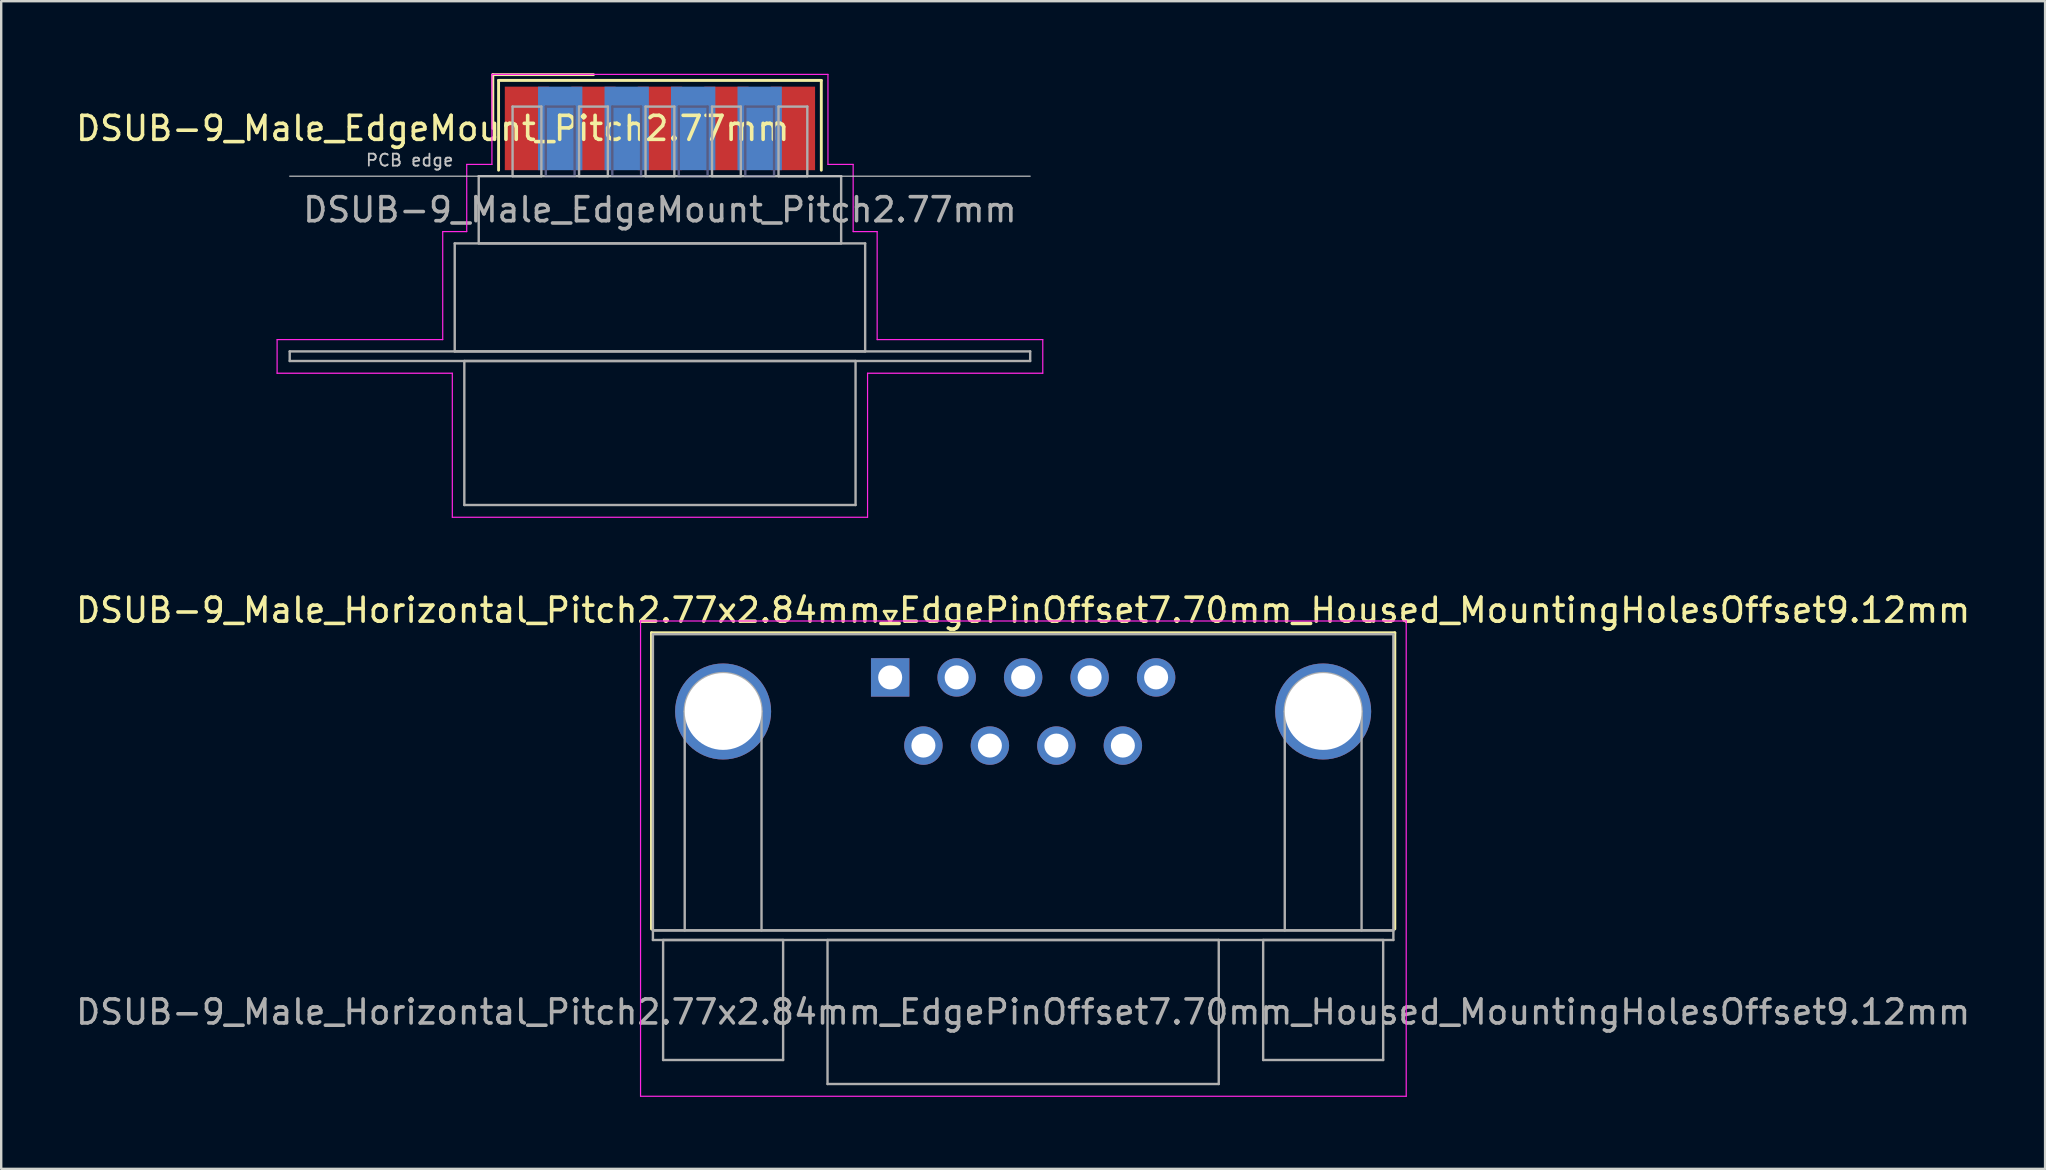
<source format=kicad_pcb>
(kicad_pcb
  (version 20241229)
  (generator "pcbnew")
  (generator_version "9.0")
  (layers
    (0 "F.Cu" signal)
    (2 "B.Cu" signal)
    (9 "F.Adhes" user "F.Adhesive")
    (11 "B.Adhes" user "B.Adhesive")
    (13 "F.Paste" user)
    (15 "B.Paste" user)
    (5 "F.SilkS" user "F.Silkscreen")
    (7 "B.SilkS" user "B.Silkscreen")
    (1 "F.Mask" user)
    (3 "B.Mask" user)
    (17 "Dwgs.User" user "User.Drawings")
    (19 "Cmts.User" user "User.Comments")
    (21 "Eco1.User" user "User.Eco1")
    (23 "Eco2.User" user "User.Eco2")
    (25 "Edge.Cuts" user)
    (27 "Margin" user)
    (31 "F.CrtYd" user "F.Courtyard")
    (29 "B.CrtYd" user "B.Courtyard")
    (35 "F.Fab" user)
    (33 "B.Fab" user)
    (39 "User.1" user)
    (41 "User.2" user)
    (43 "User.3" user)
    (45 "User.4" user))
  (footprint "DSUB-9_Male_EdgeMount_Pitch2.77mm"
    (layer "F.Cu")
    (at 24.445 2.3)
    (property "Reference" "DSUB-9_Male_EdgeMount_Pitch2.77mm" (at -9.463 0 0) (layer "F.SilkS") (effects (font (size 1 1) (thickness 0.15))))
    (attr smd)
    (fp_line (start -6.963 -2.24) (end -2.77 -2.24) (stroke (width 0.12) (type solid)) (layer "F.SilkS"))
    (fp_line (start -6.963 0) (end -6.963 -2.24) (stroke (width 0.12) (type solid)) (layer "F.SilkS"))
    (fp_line (start -6.723 -2) (end -6.723 1.74) (stroke (width 0.12) (type solid)) (layer "F.SilkS"))
    (fp_line (start 6.723 -2) (end -6.723 -2) (stroke (width 0.12) (type solid)) (layer "F.SilkS"))
    (fp_line (start 6.723 1.74) (end 6.723 -2) (stroke (width 0.12) (type solid)) (layer "F.SilkS"))
    (fp_line (start -15.425 1.99) (end 15.425 1.99) (stroke (width 0.05) (type solid)) (layer "Dwgs.User"))
    (fp_line (start -15.95 8.8) (end -9.05 8.8) (stroke (width 0.05) (type solid)) (layer "F.CrtYd"))
    (fp_line (start -15.95 10.2) (end -15.95 8.8) (stroke (width 0.05) (type solid)) (layer "F.CrtYd"))
    (fp_line (start -9.05 4.3) (end -8.05 4.3) (stroke (width 0.05) (type solid)) (layer "F.CrtYd"))
    (fp_line (start -9.05 8.8) (end -9.05 4.3) (stroke (width 0.05) (type solid)) (layer "F.CrtYd"))
    (fp_line (start -8.65 10.2) (end -15.95 10.2) (stroke (width 0.05) (type solid)) (layer "F.CrtYd"))
    (fp_line (start -8.65 16.2) (end -8.65 10.2) (stroke (width 0.05) (type solid)) (layer "F.CrtYd"))
    (fp_line (start -8.05 1.5) (end -7 1.5) (stroke (width 0.05) (type solid)) (layer "F.CrtYd"))
    (fp_line (start -8.05 4.3) (end -8.05 1.5) (stroke (width 0.05) (type solid)) (layer "F.CrtYd"))
    (fp_line (start -7 -2.25) (end 7 -2.25) (stroke (width 0.05) (type solid)) (layer "F.CrtYd"))
    (fp_line (start -7 1.5) (end -7 -2.25) (stroke (width 0.05) (type solid)) (layer "F.CrtYd"))
    (fp_line (start 7 -2.25) (end 7 1.5) (stroke (width 0.05) (type solid)) (layer "F.CrtYd"))
    (fp_line (start 7 1.5) (end 8.05 1.5) (stroke (width 0.05) (type solid)) (layer "F.CrtYd"))
    (fp_line (start 8.05 1.5) (end 8.05 4.3) (stroke (width 0.05) (type solid)) (layer "F.CrtYd"))
    (fp_line (start 8.05 4.3) (end 9.05 4.3) (stroke (width 0.05) (type solid)) (layer "F.CrtYd"))
    (fp_line (start 8.65 10.2) (end 8.65 16.2) (stroke (width 0.05) (type solid)) (layer "F.CrtYd"))
    (fp_line (start 8.65 16.2) (end -8.65 16.2) (stroke (width 0.05) (type solid)) (layer "F.CrtYd"))
    (fp_line (start 9.05 4.3) (end 9.05 8.8) (stroke (width 0.05) (type solid)) (layer "F.CrtYd"))
    (fp_line (start 9.05 8.8) (end 15.95 8.8) (stroke (width 0.05) (type solid)) (layer "F.CrtYd"))
    (fp_line (start 15.95 8.8) (end 15.95 10.2) (stroke (width 0.05) (type solid)) (layer "F.CrtYd"))
    (fp_line (start 15.95 10.2) (end 8.65 10.2) (stroke (width 0.05) (type solid)) (layer "F.CrtYd"))
    (fp_line (start -4.755 -0.91) (end -4.755 1.99) (stroke (width 0.1) (type solid)) (layer "B.Fab"))
    (fp_line (start -4.755 1.99) (end -3.555 1.99) (stroke (width 0.1) (type solid)) (layer "B.Fab"))
    (fp_line (start -3.555 -0.91) (end -4.755 -0.91) (stroke (width 0.1) (type solid)) (layer "B.Fab"))
    (fp_line (start -3.555 1.99) (end -3.555 -0.91) (stroke (width 0.1) (type solid)) (layer "B.Fab"))
    (fp_line (start -1.985 -0.91) (end -1.985 1.99) (stroke (width 0.1) (type solid)) (layer "B.Fab"))
    (fp_line (start -1.985 1.99) (end -0.785 1.99) (stroke (width 0.1) (type solid)) (layer "B.Fab"))
    (fp_line (start -0.785 -0.91) (end -1.985 -0.91) (stroke (width 0.1) (type solid)) (layer "B.Fab"))
    (fp_line (start -0.785 1.99) (end -0.785 -0.91) (stroke (width 0.1) (type solid)) (layer "B.Fab"))
    (fp_line (start 0.785 -0.91) (end 0.785 1.99) (stroke (width 0.1) (type solid)) (layer "B.Fab"))
    (fp_line (start 0.785 1.99) (end 1.985 1.99) (stroke (width 0.1) (type solid)) (layer "B.Fab"))
    (fp_line (start 1.985 -0.91) (end 0.785 -0.91) (stroke (width 0.1) (type solid)) (layer "B.Fab"))
    (fp_line (start 1.985 1.99) (end 1.985 -0.91) (stroke (width 0.1) (type solid)) (layer "B.Fab"))
    (fp_line (start 3.555 -0.91) (end 3.555 1.99) (stroke (width 0.1) (type solid)) (layer "B.Fab"))
    (fp_line (start 3.555 1.99) (end 4.755 1.99) (stroke (width 0.1) (type solid)) (layer "B.Fab"))
    (fp_line (start 4.755 -0.91) (end 3.555 -0.91) (stroke (width 0.1) (type solid)) (layer "B.Fab"))
    (fp_line (start 4.755 1.99) (end 4.755 -0.91) (stroke (width 0.1) (type solid)) (layer "B.Fab"))
    (fp_line (start -15.425 9.29) (end -15.425 9.69) (stroke (width 0.1) (type solid)) (layer "F.Fab"))
    (fp_line (start -15.425 9.69) (end 15.425 9.69) (stroke (width 0.1) (type solid)) (layer "F.Fab"))
    (fp_line (start -8.55 4.79) (end -8.55 9.29) (stroke (width 0.1) (type solid)) (layer "F.Fab"))
    (fp_line (start -8.55 9.29) (end 8.55 9.29) (stroke (width 0.1) (type solid)) (layer "F.Fab"))
    (fp_line (start -8.15 9.69) (end -8.15 15.69) (stroke (width 0.1) (type solid)) (layer "F.Fab"))
    (fp_line (start -8.15 15.69) (end 8.15 15.69) (stroke (width 0.1) (type solid)) (layer "F.Fab"))
    (fp_line (start -7.55 1.99) (end -7.55 4.79) (stroke (width 0.1) (type solid)) (layer "F.Fab"))
    (fp_line (start -7.55 4.79) (end 7.55 4.79) (stroke (width 0.1) (type solid)) (layer "F.Fab"))
    (fp_line (start -6.14 -0.91) (end -6.14 1.99) (stroke (width 0.1) (type solid)) (layer "F.Fab"))
    (fp_line (start -6.14 1.99) (end -4.94 1.99) (stroke (width 0.1) (type solid)) (layer "F.Fab"))
    (fp_line (start -4.94 -0.91) (end -6.14 -0.91) (stroke (width 0.1) (type solid)) (layer "F.Fab"))
    (fp_line (start -4.94 1.99) (end -4.94 -0.91) (stroke (width 0.1) (type solid)) (layer "F.Fab"))
    (fp_line (start -3.37 -0.91) (end -3.37 1.99) (stroke (width 0.1) (type solid)) (layer "F.Fab"))
    (fp_line (start -3.37 1.99) (end -2.17 1.99) (stroke (width 0.1) (type solid)) (layer "F.Fab"))
    (fp_line (start -2.17 -0.91) (end -3.37 -0.91) (stroke (width 0.1) (type solid)) (layer "F.Fab"))
    (fp_line (start -2.17 1.99) (end -2.17 -0.91) (stroke (width 0.1) (type solid)) (layer "F.Fab"))
    (fp_line (start -0.6 -0.91) (end -0.6 1.99) (stroke (width 0.1) (type solid)) (layer "F.Fab"))
    (fp_line (start -0.6 1.99) (end 0.6 1.99) (stroke (width 0.1) (type solid)) (layer "F.Fab"))
    (fp_line (start 0.6 -0.91) (end -0.6 -0.91) (stroke (width 0.1) (type solid)) (layer "F.Fab"))
    (fp_line (start 0.6 1.99) (end 0.6 -0.91) (stroke (width 0.1) (type solid)) (layer "F.Fab"))
    (fp_line (start 2.17 -0.91) (end 2.17 1.99) (stroke (width 0.1) (type solid)) (layer "F.Fab"))
    (fp_line (start 2.17 1.99) (end 3.37 1.99) (stroke (width 0.1) (type solid)) (layer "F.Fab"))
    (fp_line (start 3.37 -0.91) (end 2.17 -0.91) (stroke (width 0.1) (type solid)) (layer "F.Fab"))
    (fp_line (start 3.37 1.99) (end 3.37 -0.91) (stroke (width 0.1) (type solid)) (layer "F.Fab"))
    (fp_line (start 4.94 -0.91) (end 4.94 1.99) (stroke (width 0.1) (type solid)) (layer "F.Fab"))
    (fp_line (start 4.94 1.99) (end 6.14 1.99) (stroke (width 0.1) (type solid)) (layer "F.Fab"))
    (fp_line (start 6.14 -0.91) (end 4.94 -0.91) (stroke (width 0.1) (type solid)) (layer "F.Fab"))
    (fp_line (start 6.14 1.99) (end 6.14 -0.91) (stroke (width 0.1) (type solid)) (layer "F.Fab"))
    (fp_line (start 7.55 1.99) (end -7.55 1.99) (stroke (width 0.1) (type solid)) (layer "F.Fab"))
    (fp_line (start 7.55 4.79) (end 7.55 1.99) (stroke (width 0.1) (type solid)) (layer "F.Fab"))
    (fp_line (start 8.15 9.69) (end -8.15 9.69) (stroke (width 0.1) (type solid)) (layer "F.Fab"))
    (fp_line (start 8.15 15.69) (end 8.15 9.69) (stroke (width 0.1) (type solid)) (layer "F.Fab"))
    (fp_line (start 8.55 4.79) (end -8.55 4.79) (stroke (width 0.1) (type solid)) (layer "F.Fab"))
    (fp_line (start 8.55 9.29) (end 8.55 4.79) (stroke (width 0.1) (type solid)) (layer "F.Fab"))
    (fp_line (start 15.425 9.29) (end -15.425 9.29) (stroke (width 0.1) (type solid)) (layer "F.Fab"))
    (fp_line (start 15.425 9.69) (end 15.425 9.29) (stroke (width 0.1) (type solid)) (layer "F.Fab"))
    (fp_text user "PCB edge" (at -10.425 1.323 0) (layer "Dwgs.User") (effects (font (size 0.5 0.5) (thickness 0.075))))
    (fp_text user "${REFERENCE}" (at 0 3.39 0) (layer "F.Fab") (effects (font (size 1 1) (thickness 0.15))))
    (pad "1" smd rect (at -5.54 0) (size 1.847 3.48) (layers "F.Cu" "F.Mask" "F.Paste"))
    (pad "2" smd rect (at -2.77 0) (size 1.847 3.48) (layers "F.Cu" "F.Mask" "F.Paste"))
    (pad "3" smd rect (at 0 0) (size 1.847 3.48) (layers "F.Cu" "F.Mask" "F.Paste"))
    (pad "4" smd rect (at 2.77 0) (size 1.847 3.48) (layers "F.Cu" "F.Mask" "F.Paste"))
    (pad "5" smd rect (at 5.54 0) (size 1.847 3.48) (layers "F.Cu" "F.Mask" "F.Paste"))
    (pad "6" smd rect (at -4.155 0) (size 1.847 3.48) (layers "B.Cu" "B.Mask" "B.Paste"))
    (pad "7" smd rect (at -1.385 0) (size 1.847 3.48) (layers "B.Cu" "B.Mask" "B.Paste"))
    (pad "8" smd rect (at 1.385 0) (size 1.847 3.48) (layers "B.Cu" "B.Mask" "B.Paste"))
    (pad "9" smd rect (at 4.155 0) (size 1.847 3.48) (layers "B.Cu" "B.Mask" "B.Paste")))
  (footprint "DSUB-9_Male_Horizontal_Pitch2.77x2.84mm_EdgePinOffset7.70mm_Housed_MountingHolesOffset9.12mm"
    (layer "F.Cu")
    (at 34.037 25.173)
    (property "Reference" "DSUB-9_Male_Horizontal_Pitch2.77x2.84mm_EdgePinOffset7.70mm_Housed_MountingHolesOffset9.12mm" (at 5.54 -2.8 0) (layer "F.SilkS") (effects (font (size 1 1) (thickness 0.15))))
    (attr through_hole)
    (fp_line (start -9.945 -1.86) (end 21.025 -1.86) (stroke (width 0.12) (type solid)) (layer "F.SilkS"))
    (fp_line (start -9.945 10.48) (end -9.945 -1.86) (stroke (width 0.12) (type solid)) (layer "F.SilkS"))
    (fp_line (start -0.25 -2.754) (end 0.25 -2.754) (stroke (width 0.12) (type solid)) (layer "F.SilkS"))
    (fp_line (start 0 -2.321) (end -0.25 -2.754) (stroke (width 0.12) (type solid)) (layer "F.SilkS"))
    (fp_line (start 0.25 -2.754) (end 0 -2.321) (stroke (width 0.12) (type solid)) (layer "F.SilkS"))
    (fp_line (start 21.025 -1.86) (end 21.025 10.48) (stroke (width 0.12) (type solid)) (layer "F.SilkS"))
    (fp_line (start -10.4 -2.35) (end -10.4 17.45) (stroke (width 0.05) (type solid)) (layer "F.CrtYd"))
    (fp_line (start -10.4 17.45) (end 21.5 17.45) (stroke (width 0.05) (type solid)) (layer "F.CrtYd"))
    (fp_line (start 21.5 -2.35) (end -10.4 -2.35) (stroke (width 0.05) (type solid)) (layer "F.CrtYd"))
    (fp_line (start 21.5 17.45) (end 21.5 -2.35) (stroke (width 0.05) (type solid)) (layer "F.CrtYd"))
    (fp_line (start -9.885 -1.8) (end -9.885 10.54) (stroke (width 0.1) (type solid)) (layer "F.Fab"))
    (fp_line (start -9.885 10.54) (end -9.885 10.94) (stroke (width 0.1) (type solid)) (layer "F.Fab"))
    (fp_line (start -9.885 10.54) (end 20.965 10.54) (stroke (width 0.1) (type solid)) (layer "F.Fab"))
    (fp_line (start -9.885 10.94) (end 20.965 10.94) (stroke (width 0.1) (type solid)) (layer "F.Fab"))
    (fp_line (start -9.46 10.94) (end -9.46 15.94) (stroke (width 0.1) (type solid)) (layer "F.Fab"))
    (fp_line (start -9.46 15.94) (end -4.46 15.94) (stroke (width 0.1) (type solid)) (layer "F.Fab"))
    (fp_line (start -8.56 10.54) (end -8.56 1.42) (stroke (width 0.1) (type solid)) (layer "F.Fab"))
    (fp_line (start -5.36 10.54) (end -5.36 1.42) (stroke (width 0.1) (type solid)) (layer "F.Fab"))
    (fp_line (start -4.46 10.94) (end -9.46 10.94) (stroke (width 0.1) (type solid)) (layer "F.Fab"))
    (fp_line (start -4.46 15.94) (end -4.46 10.94) (stroke (width 0.1) (type solid)) (layer "F.Fab"))
    (fp_line (start -2.61 10.94) (end -2.61 16.94) (stroke (width 0.1) (type solid)) (layer "F.Fab"))
    (fp_line (start -2.61 16.94) (end 13.69 16.94) (stroke (width 0.1) (type solid)) (layer "F.Fab"))
    (fp_line (start 13.69 10.94) (end -2.61 10.94) (stroke (width 0.1) (type solid)) (layer "F.Fab"))
    (fp_line (start 13.69 16.94) (end 13.69 10.94) (stroke (width 0.1) (type solid)) (layer "F.Fab"))
    (fp_line (start 15.54 10.94) (end 15.54 15.94) (stroke (width 0.1) (type solid)) (layer "F.Fab"))
    (fp_line (start 15.54 15.94) (end 20.54 15.94) (stroke (width 0.1) (type solid)) (layer "F.Fab"))
    (fp_line (start 16.44 10.54) (end 16.44 1.42) (stroke (width 0.1) (type solid)) (layer "F.Fab"))
    (fp_line (start 19.64 10.54) (end 19.64 1.42) (stroke (width 0.1) (type solid)) (layer "F.Fab"))
    (fp_line (start 20.54 10.94) (end 15.54 10.94) (stroke (width 0.1) (type solid)) (layer "F.Fab"))
    (fp_line (start 20.54 15.94) (end 20.54 10.94) (stroke (width 0.1) (type solid)) (layer "F.Fab"))
    (fp_line (start 20.965 -1.8) (end -9.885 -1.8) (stroke (width 0.1) (type solid)) (layer "F.Fab"))
    (fp_line (start 20.965 10.54) (end -9.885 10.54) (stroke (width 0.1) (type solid)) (layer "F.Fab"))
    (fp_line (start 20.965 10.54) (end 20.965 -1.8) (stroke (width 0.1) (type solid)) (layer "F.Fab"))
    (fp_line (start 20.965 10.94) (end 20.965 10.54) (stroke (width 0.1) (type solid)) (layer "F.Fab"))
    (fp_arc (start -8.56 1.42) (mid -6.96 -0.18) (end -5.36 1.42) (stroke (width 0.1) (type solid)) (layer "F.Fab"))
    (fp_arc (start 16.44 1.42) (mid 18.04 -0.18) (end 19.64 1.42) (stroke (width 0.1) (type solid)) (layer "F.Fab"))
    (fp_text user "${REFERENCE}" (at 5.54 13.94 0) (layer "F.Fab") (effects (font (size 1 1) (thickness 0.15))))
    (pad "0" thru_hole circle (at -6.96 1.42) (size 4 4) (drill 3.2) (layers "*.Cu" "*.Mask"))
    (pad "0" thru_hole circle (at 18.04 1.42) (size 4 4) (drill 3.2) (layers "*.Cu" "*.Mask"))
    (pad "1" thru_hole rect (at 0 0) (size 1.6 1.6) (drill 1) (layers "*.Cu" "*.Mask"))
    (pad "2" thru_hole circle (at 2.77 0) (size 1.6 1.6) (drill 1) (layers "*.Cu" "*.Mask"))
    (pad "3" thru_hole circle (at 5.54 0) (size 1.6 1.6) (drill 1) (layers "*.Cu" "*.Mask"))
    (pad "4" thru_hole circle (at 8.31 0) (size 1.6 1.6) (drill 1) (layers "*.Cu" "*.Mask"))
    (pad "5" thru_hole circle (at 11.08 0) (size 1.6 1.6) (drill 1) (layers "*.Cu" "*.Mask"))
    (pad "6" thru_hole circle (at 1.385 2.84) (size 1.6 1.6) (drill 1) (layers "*.Cu" "*.Mask"))
    (pad "7" thru_hole circle (at 4.155 2.84) (size 1.6 1.6) (drill 1) (layers "*.Cu" "*.Mask"))
    (pad "8" thru_hole circle (at 6.925 2.84) (size 1.6 1.6) (drill 1) (layers "*.Cu" "*.Mask"))
    (pad "9" thru_hole circle (at 9.695 2.84) (size 1.6 1.6) (drill 1) (layers "*.Cu" "*.Mask")))
  (gr_rect
    (start -3 -3)
    (end 82.155 45.648)
    (stroke (width 0.1) (type default))
    (fill no)
    (layer "Edge.Cuts")))
</source>
